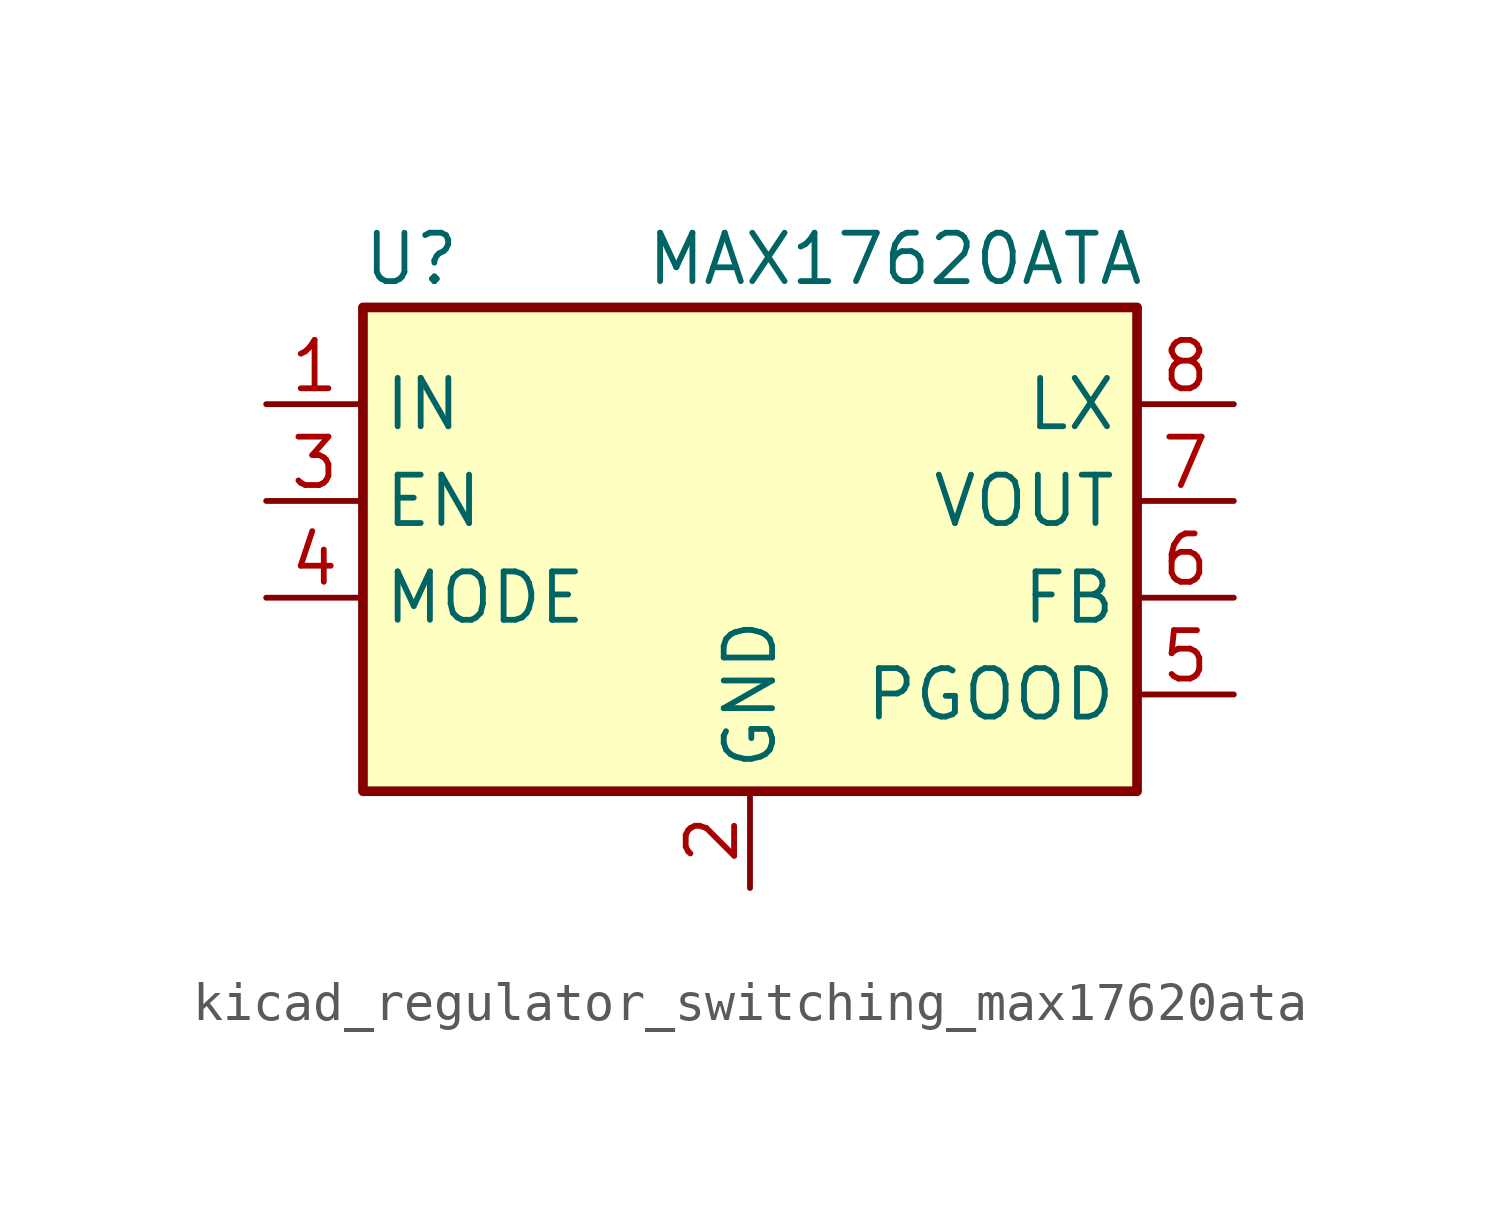
<source format=kicad_sym>
(kicad_symbol_lib
  (version 20220914)
  (generator kicad_symbol_editor)
  (symbol "kicad_regulator_switching_max17620ata"
    (property "Reference" "U"
      (at -8.89 6.35 0)
      (effects (font (size 1.27 1.27))))
    (property "Value" "MAX17620ATA"
      (at 3.81 6.35 0)
      (effects (font (size 1.27 1.27))))
    (symbol "kicad_regulator_switching_max17620ata_0_1"
      (rectangle (start -10.16 5.08) (end 10.16 -7.62) (stroke (width 0.254) (type default)) (fill (type background))))
    (symbol "kicad_regulator_switching_max17620ata_1_1"
      (pin power_in line (at -12.7 2.54 0) (length 2.54) (name "IN" (effects (font (size 1.27 1.27)))) (number "1" (effects (font (size 1.27 1.27)))))
      (pin power_in line (at 0 -10.16 90) (length 2.54) (name "GND" (effects (font (size 1.27 1.27)))) (number "2" (effects (font (size 1.27 1.27)))))
      (pin input line (at -12.7 0 0) (length 2.54) (name "EN" (effects (font (size 1.27 1.27)))) (number "3" (effects (font (size 1.27 1.27)))))
      (pin input line (at -12.7 -2.54 0) (length 2.54) (name "MODE" (effects (font (size 1.27 1.27)))) (number "4" (effects (font (size 1.27 1.27)))))
      (pin open_collector line (at 12.7 -5.08 180) (length 2.54) (name "PGOOD" (effects (font (size 1.27 1.27)))) (number "5" (effects (font (size 1.27 1.27)))))
      (pin input line (at 12.7 -2.54 180) (length 2.54) (name "FB" (effects (font (size 1.27 1.27)))) (number "6" (effects (font (size 1.27 1.27)))))
      (pin input line (at 12.7 0 180) (length 2.54) (name "VOUT" (effects (font (size 1.27 1.27)))) (number "7" (effects (font (size 1.27 1.27)))))
      (pin power_out line (at 12.7 2.54 180) (length 2.54) (name "LX" (effects (font (size 1.27 1.27)))) (number "8" (effects (font (size 1.27 1.27)))))
      (pin passive line (at 0 -10.16 90) (length 2.54) hide (name "GND" (effects (font (size 1.27 1.27)))) (number "9" (effects (font (size 1.27 1.27))))))))
</source>
